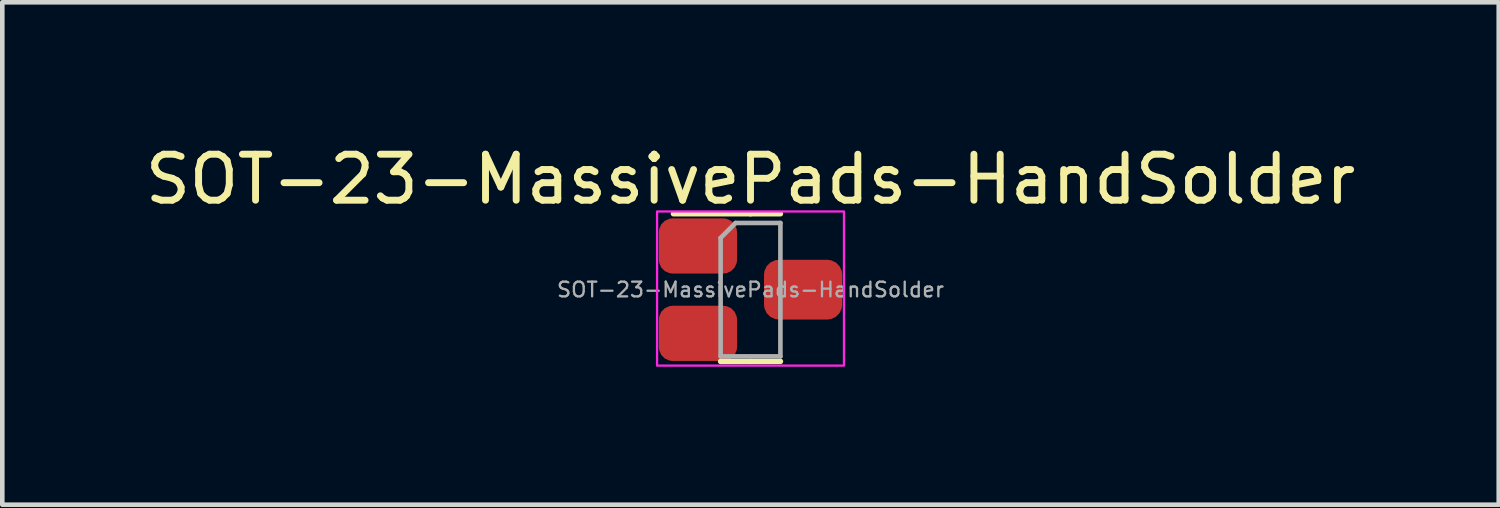
<source format=kicad_pcb>
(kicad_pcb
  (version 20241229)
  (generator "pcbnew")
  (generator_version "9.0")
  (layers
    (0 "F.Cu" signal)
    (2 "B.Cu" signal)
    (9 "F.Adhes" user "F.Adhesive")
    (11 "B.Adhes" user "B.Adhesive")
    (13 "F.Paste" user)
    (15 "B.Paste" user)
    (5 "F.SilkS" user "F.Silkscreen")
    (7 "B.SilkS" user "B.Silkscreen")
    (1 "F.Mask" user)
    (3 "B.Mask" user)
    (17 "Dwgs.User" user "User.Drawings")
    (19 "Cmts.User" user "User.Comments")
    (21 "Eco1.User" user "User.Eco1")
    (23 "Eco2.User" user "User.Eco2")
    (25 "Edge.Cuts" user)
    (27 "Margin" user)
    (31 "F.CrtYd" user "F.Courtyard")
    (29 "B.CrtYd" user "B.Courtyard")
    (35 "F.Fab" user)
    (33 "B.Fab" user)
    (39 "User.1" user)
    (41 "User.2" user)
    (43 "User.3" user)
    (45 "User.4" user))
  (footprint "SOT-23-MassivePads-HandSolder"
    (layer "F.Cu")
    (at 13.268 3.248)
    (property "Reference" "SOT-23-MassivePads-HandSolder" (at 0 -2.4 0) (layer "F.SilkS") (effects (font (size 1 1) (thickness 0.15))))
    (attr smd)
    (fp_line (start 0 -1.651) (end -1.675 -1.651) (stroke (width 0.12) (type solid)) (layer "F.SilkS"))
    (fp_line (start 0 -1.651) (end 0.65 -1.651) (stroke (width 0.12) (type solid)) (layer "F.SilkS"))
    (fp_line (start 0 1.56) (end -0.65 1.56) (stroke (width 0.12) (type solid)) (layer "F.SilkS"))
    (fp_line (start 0 1.56) (end 0.65 1.56) (stroke (width 0.12) (type solid)) (layer "F.SilkS"))
    (fp_rect (start -2.032 -1.7) (end 2.032 1.651) (stroke (width 0.05) (type default)) (fill no) (layer "F.CrtYd"))
    (fp_line (start -0.65 -1.125) (end -0.325 -1.45) (stroke (width 0.1) (type solid)) (layer "F.Fab"))
    (fp_line (start -0.65 1.45) (end -0.65 -1.125) (stroke (width 0.1) (type solid)) (layer "F.Fab"))
    (fp_line (start -0.325 -1.45) (end 0.65 -1.45) (stroke (width 0.1) (type solid)) (layer "F.Fab"))
    (fp_line (start 0.65 -1.45) (end 0.65 1.45) (stroke (width 0.1) (type solid)) (layer "F.Fab"))
    (fp_line (start 0.65 1.45) (end -0.65 1.45) (stroke (width 0.1) (type solid)) (layer "F.Fab"))
    (fp_text user "${REFERENCE}" (at 0 0 0) (layer "F.Fab") (effects (font (size 0.32 0.32) (thickness 0.05))))
    (pad "1" smd roundrect (at -1.143 -0.95) (size 1.7 1.2) (layers "F.Cu" "F.Mask" "F.Paste") (roundrect_rratio 0.25))
    (pad "2" smd roundrect (at -1.143 0.95) (size 1.7 1.2) (layers "F.Cu" "F.Mask" "F.Paste") (roundrect_rratio 0.25))
    (pad "3" smd roundrect (at 1.143 0) (size 1.7 1.3) (layers "F.Cu" "F.Mask" "F.Paste") (roundrect_rratio 0.25)))
  (gr_rect
    (start -3 -3)
    (end 29.536 7.924)
    (stroke (width 0.1) (type default))
    (fill no)
    (layer "Edge.Cuts")))
</source>
